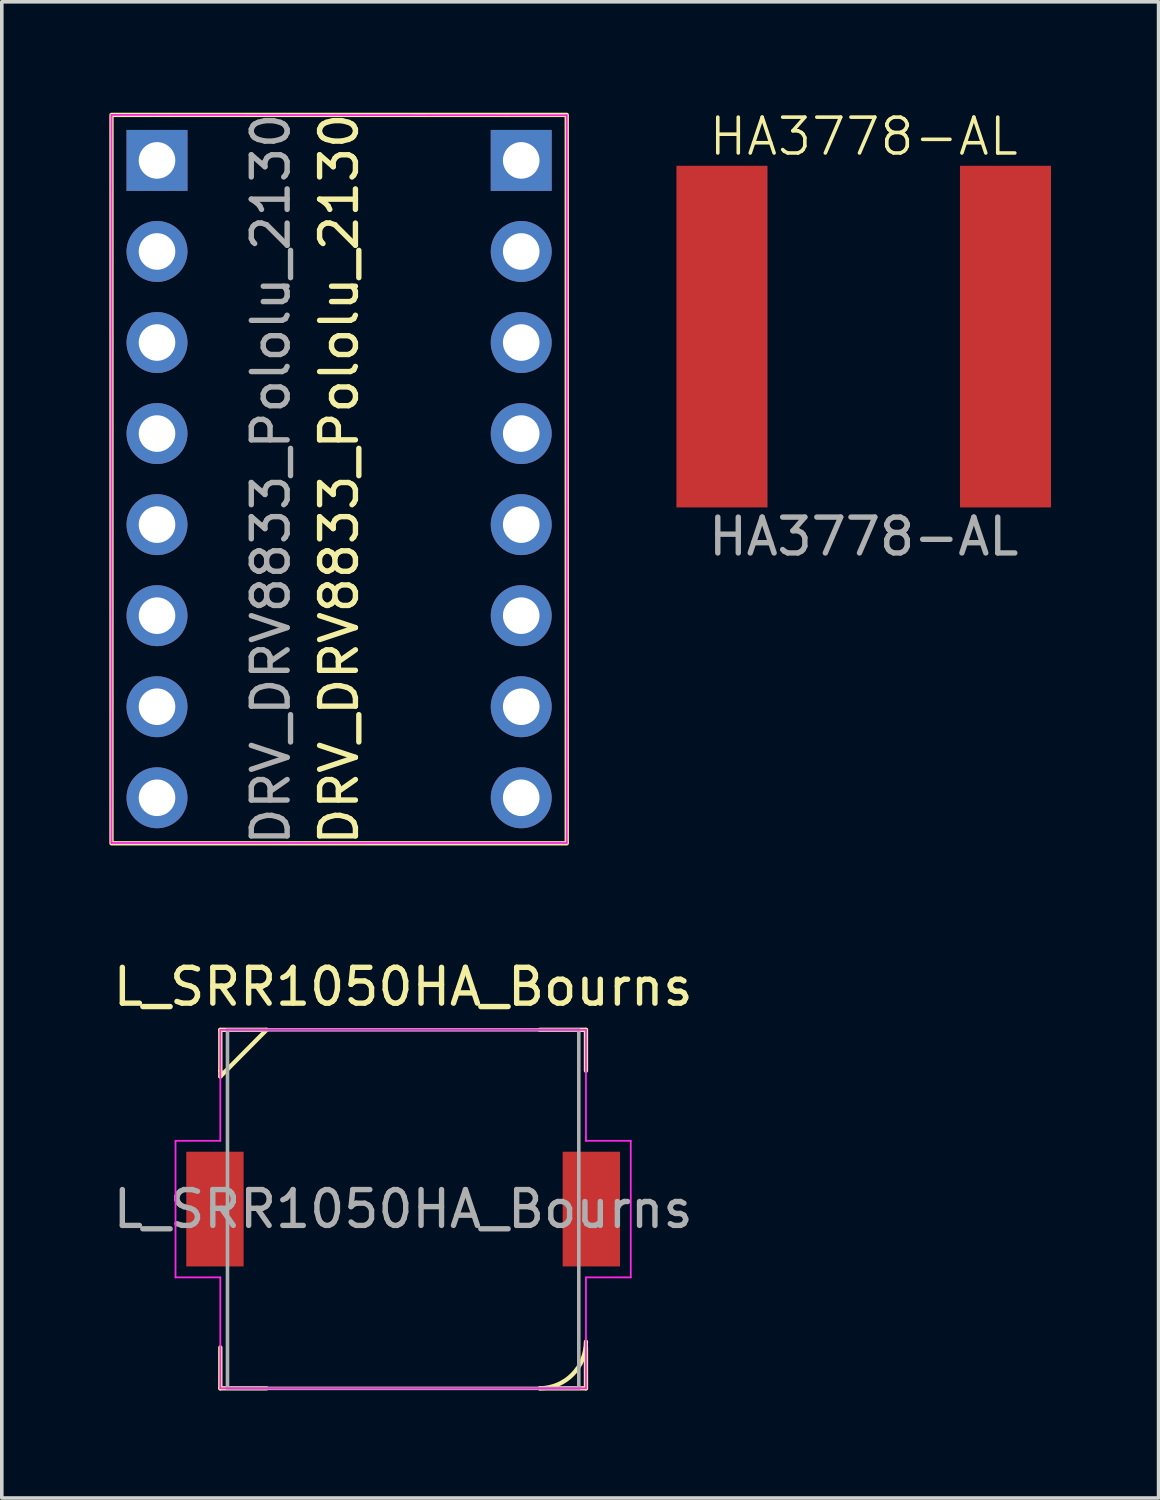
<source format=kicad_pcb>
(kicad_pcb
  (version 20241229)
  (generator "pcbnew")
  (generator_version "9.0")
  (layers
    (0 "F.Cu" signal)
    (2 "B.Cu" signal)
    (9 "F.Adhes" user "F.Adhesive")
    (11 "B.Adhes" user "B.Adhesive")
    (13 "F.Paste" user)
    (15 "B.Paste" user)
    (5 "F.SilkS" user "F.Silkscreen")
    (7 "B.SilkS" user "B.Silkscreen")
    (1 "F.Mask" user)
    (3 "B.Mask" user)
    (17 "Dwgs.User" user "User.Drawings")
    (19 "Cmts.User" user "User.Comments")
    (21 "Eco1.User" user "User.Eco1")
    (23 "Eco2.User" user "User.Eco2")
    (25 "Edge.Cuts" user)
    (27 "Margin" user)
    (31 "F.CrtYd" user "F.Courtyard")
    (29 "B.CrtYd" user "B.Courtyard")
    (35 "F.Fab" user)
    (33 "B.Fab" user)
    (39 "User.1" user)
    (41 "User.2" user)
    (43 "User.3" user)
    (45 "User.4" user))
  (footprint "DRV_DRV8833_Pololu_2130"
    (layer "F.Cu")
    (at 6.41 10.315)
    (property "Reference" "DRV_DRV8833_Pololu_2130" (at 0 0 90) (unlocked yes) (layer "F.SilkS") (effects (font (size 1 1) (thickness 0.15))))
    (attr through_hole)
    (fp_rect (start -6.35 -10.16) (end 6.35 10.16) (stroke (width 0.12) (type solid)) (fill no) (layer "F.SilkS"))
    (fp_line (start -6.35 -10.16) (end 6.35 -10.15) (stroke (width 0.05) (type solid)) (layer "F.CrtYd"))
    (fp_line (start -6.35 10.15) (end -6.35 -10.16) (stroke (width 0.05) (type solid)) (layer "F.CrtYd"))
    (fp_line (start -6.35 10.15) (end 6.35 10.15) (stroke (width 0.05) (type solid)) (layer "F.CrtYd"))
    (fp_line (start 6.35 -10.15) (end 6.35 10.15) (stroke (width 0.05) (type solid)) (layer "F.CrtYd"))
    (fp_text user "${REFERENCE}" (at -1.905 0 90) (unlocked yes) (layer "F.Fab") (effects (font (size 1 1) (thickness 0.15))))
    (pad "1" thru_hole rect (at -5.08 -8.89) (size 1.7 1.7) (drill 1.02) (layers "*.Cu" "*.Mask"))
    (pad "2" thru_hole oval (at -5.08 -6.35) (size 1.7 1.7) (drill 1.02) (layers "*.Cu" "*.Mask"))
    (pad "3" thru_hole oval (at -5.08 -3.81) (size 1.7 1.7) (drill 1.02) (layers "*.Cu" "*.Mask"))
    (pad "4" thru_hole oval (at -5.08 -1.27) (size 1.7 1.7) (drill 1.02) (layers "*.Cu" "*.Mask"))
    (pad "5" thru_hole oval (at -5.08 1.27) (size 1.7 1.7) (drill 1.02) (layers "*.Cu" "*.Mask"))
    (pad "6" thru_hole oval (at -5.08 3.81) (size 1.7 1.7) (drill 1.02) (layers "*.Cu" "*.Mask"))
    (pad "7" thru_hole oval (at -5.08 6.35) (size 1.7 1.7) (drill 1.02) (layers "*.Cu" "*.Mask"))
    (pad "8" thru_hole oval (at -5.08 8.89) (size 1.7 1.7) (drill 1.02) (layers "*.Cu" "*.Mask"))
    (pad "9" thru_hole oval (at 5.08 8.89) (size 1.7 1.7) (drill 1.02) (layers "*.Cu" "*.Mask"))
    (pad "10" thru_hole oval (at 5.08 6.35) (size 1.7 1.7) (drill 1.02) (layers "*.Cu" "*.Mask"))
    (pad "11" thru_hole oval (at 5.08 3.81) (size 1.7 1.7) (drill 1.02) (layers "*.Cu" "*.Mask"))
    (pad "12" thru_hole circle (at 5.08 1.27) (size 1.7 1.7) (drill 1.02) (layers "*.Cu" "*.Mask"))
    (pad "13" thru_hole oval (at 5.08 -1.27) (size 1.7 1.7) (drill 1.02) (layers "*.Cu" "*.Mask"))
    (pad "14" thru_hole oval (at 5.08 -3.81) (size 1.7 1.7) (drill 1.02) (layers "*.Cu" "*.Mask"))
    (pad "15" thru_hole oval (at 5.08 -6.35) (size 1.7 1.7) (drill 1.02) (layers "*.Cu" "*.Mask"))
    (pad "16" thru_hole rect (at 5.08 -8.89) (size 1.7 1.7) (drill 1.02) (layers "*.Cu" "*.Mask")))
  (footprint "HA3778-AL"
    (layer "F.Cu")
    (at 21.045 6.34)
    (property "Reference" "HA3778-AL" (at 0 -5.58 0) (unlocked yes) (layer "F.SilkS") (effects (font (size 1 1) (thickness 0.1))))
    (attr smd)
    (fp_text user "${REFERENCE}" (at 0 5.58 0) (unlocked yes) (layer "F.Fab") (effects (font (size 1 1) (thickness 0.15))))
    (pad "1" smd rect (at -3.955 0) (size 2.54 9.53) (layers "F.Cu" "F.Mask" "F.Paste"))
    (pad "2" smd rect (at 3.955 0) (size 2.54 9.53) (layers "F.Cu" "F.Mask" "F.Paste")))
  (footprint "L_SRR1050HA_Bourns"
    (layer "F.Cu")
    (at 8.196 30.679)
    (property "Reference" "L_SRR1050HA_Bourns" (at 0 -6.2 0) (layer "F.SilkS") (effects (font (size 1 1) (thickness 0.15))))
    (attr smd)
    (fp_line (start -5.1 -5) (end -5.1 -3.86) (stroke (width 0.12) (type solid)) (layer "F.SilkS"))
    (fp_line (start -5.1 -5) (end -3.81 -5) (stroke (width 0.12) (type solid)) (layer "F.SilkS"))
    (fp_line (start -5.1 -3.7) (end -5.1 -3.86) (stroke (width 0.12) (type solid)) (layer "F.SilkS"))
    (fp_line (start -5.1 5) (end -5.1 3.86) (stroke (width 0.12) (type solid)) (layer "F.SilkS"))
    (fp_line (start -5.1 5) (end -3.81 5) (stroke (width 0.12) (type solid)) (layer "F.SilkS"))
    (fp_line (start -3.81 -5) (end -5.1 -3.7) (stroke (width 0.12) (type solid)) (layer "F.SilkS"))
    (fp_line (start 5.1 -5) (end 3.81 -5) (stroke (width 0.12) (type solid)) (layer "F.SilkS"))
    (fp_line (start 5.1 -5) (end 5.1 -3.86) (stroke (width 0.12) (type solid)) (layer "F.SilkS"))
    (fp_line (start 5.1 5) (end 3.81 5) (stroke (width 0.12) (type solid)) (layer "F.SilkS"))
    (fp_line (start 5.1 5) (end 5.1 3.86) (stroke (width 0.12) (type solid)) (layer "F.SilkS"))
    (fp_arc (start 5.1 3.7) (mid 4.722768 4.615696) (end 3.81 4.999962) (stroke (width 0.12) (type solid)) (layer "F.SilkS"))
    (fp_line (start -6.35 -1.905) (end -6.35 1.905) (stroke (width 0.05) (type solid)) (layer "F.CrtYd"))
    (fp_line (start -6.35 1.905) (end -5.1 1.905) (stroke (width 0.05) (type solid)) (layer "F.CrtYd"))
    (fp_line (start -5.1 -5) (end -5.1 -1.905) (stroke (width 0.05) (type solid)) (layer "F.CrtYd"))
    (fp_line (start -5.1 -5) (end 5.1 -5) (stroke (width 0.05) (type solid)) (layer "F.CrtYd"))
    (fp_line (start -5.1 -1.905) (end -6.35 -1.905) (stroke (width 0.05) (type solid)) (layer "F.CrtYd"))
    (fp_line (start -5.1 1.905) (end -5.1 5) (stroke (width 0.05) (type solid)) (layer "F.CrtYd"))
    (fp_line (start -5.1 5) (end 5.1 5) (stroke (width 0.05) (type solid)) (layer "F.CrtYd"))
    (fp_line (start 5.1 -5) (end 5.1 -1.905) (stroke (width 0.05) (type solid)) (layer "F.CrtYd"))
    (fp_line (start 5.1 -1.905) (end 6.35 -1.905) (stroke (width 0.05) (type solid)) (layer "F.CrtYd"))
    (fp_line (start 5.1 1.905) (end 5.1 5) (stroke (width 0.05) (type solid)) (layer "F.CrtYd"))
    (fp_line (start 6.35 -1.905) (end 6.35 1.905) (stroke (width 0.05) (type solid)) (layer "F.CrtYd"))
    (fp_line (start 6.35 1.905) (end 5.1 1.905) (stroke (width 0.05) (type solid)) (layer "F.CrtYd"))
    (fp_line (start -4.9 -5) (end -4.9 5) (stroke (width 0.1) (type solid)) (layer "F.Fab"))
    (fp_line (start -4.9 -5) (end 4.9 -5) (stroke (width 0.1) (type solid)) (layer "F.Fab"))
    (fp_line (start -4.9 5) (end 4.9 5) (stroke (width 0.1) (type solid)) (layer "F.Fab"))
    (fp_line (start 4.9 -5) (end 4.9 5) (stroke (width 0.1) (type solid)) (layer "F.Fab"))
    (fp_text user "${REFERENCE}" (at 0 0 0) (layer "F.Fab") (effects (font (size 1 1) (thickness 0.15))))
    (pad "1" smd rect (at -5.25 0) (size 1.6 3.2) (layers "F.Cu" "F.Mask" "F.Paste"))
    (pad "2" smd rect (at 5.25 0) (size 1.6 3.2) (layers "F.Cu" "F.Mask" "F.Paste")))
  (gr_rect
    (start -3 -3)
    (end 29.27 38.739)
    (stroke (width 0.1) (type default))
    (fill no)
    (layer "Edge.Cuts")))
</source>
